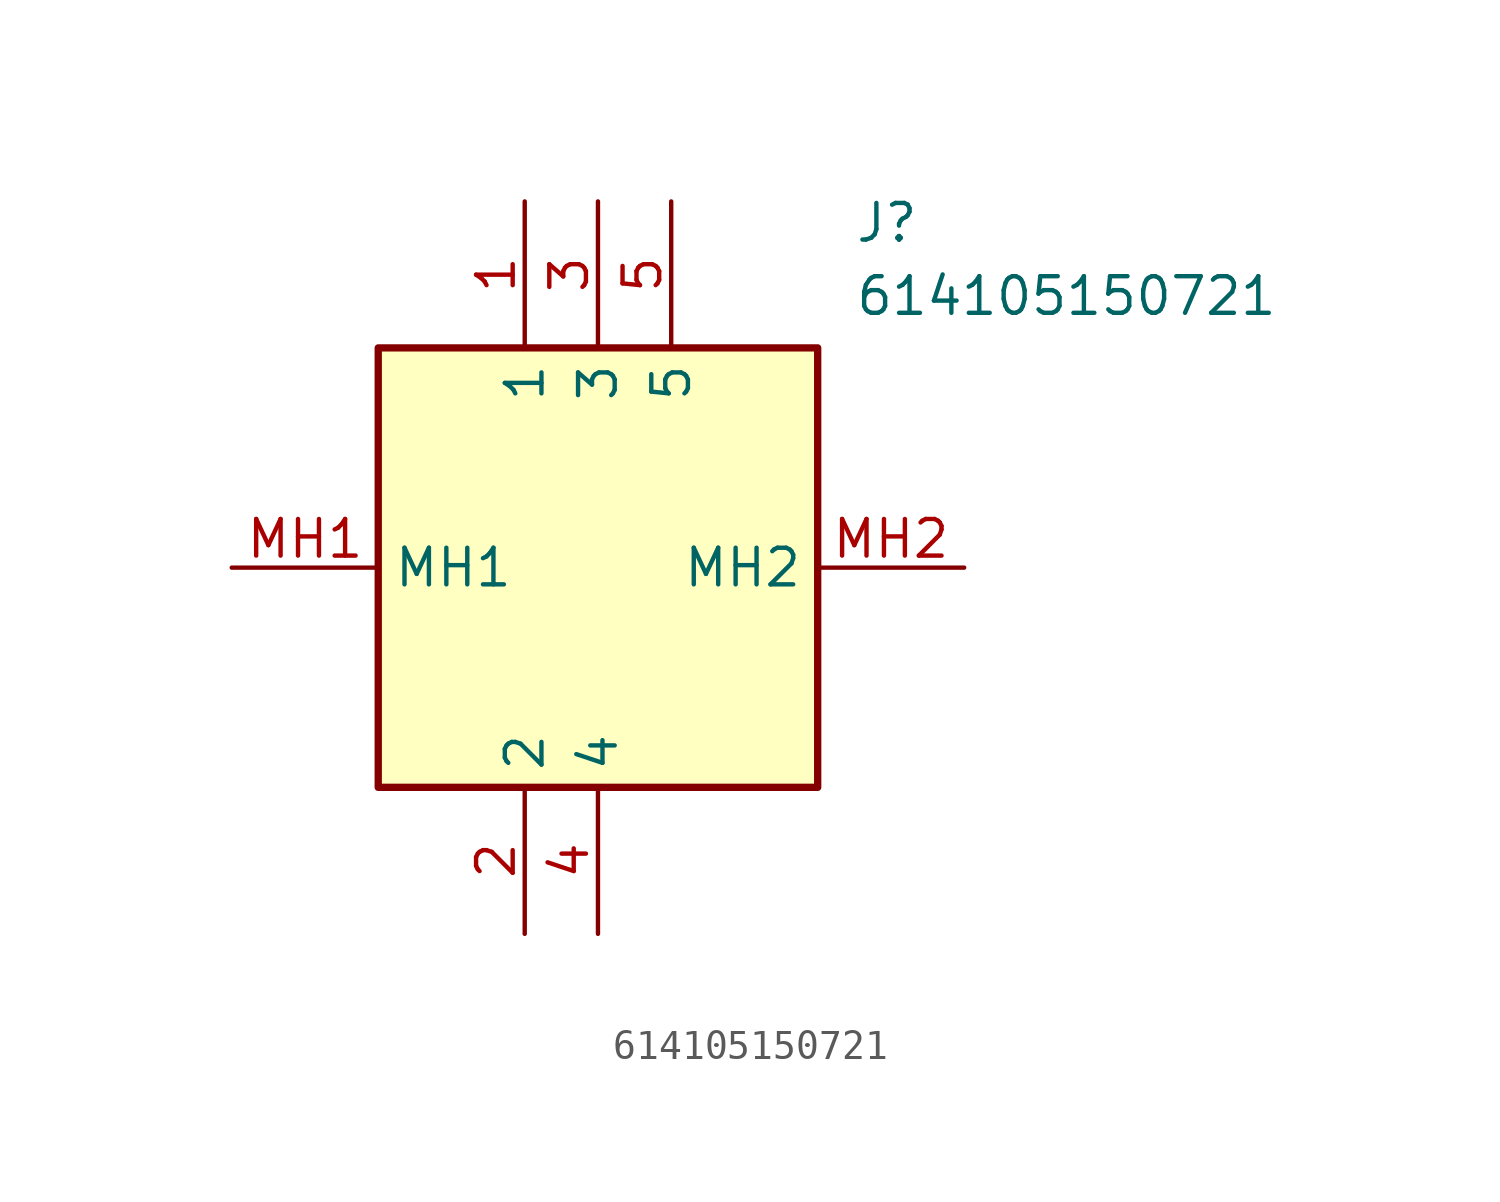
<source format=kicad_sym>
(kicad_symbol_lib
  (version 20211014)
  (generator SamacSys_ECAD_Model)
  (symbol "614105150721"
    (property "Reference" "J"
      (at 21.59 12.7 0)
      (effects (font (size 1.27 1.27)) (justify left top)))
    (property "Value" "614105150721"
      (at 21.59 10.16 0)
      (effects (font (size 1.27 1.27)) (justify left top)))
    (rectangle
      (start 5.08 7.62)
      (end 20.32 -7.62)
      (stroke (width 0.254) (type default))
      (fill (type background)))
    (pin passive line
      (at 10.16 12.7 270)
      (length 5.08)
      (name "1" (effects (font (size 1.27 1.27))))
      (number "1" (effects (font (size 1.27 1.27)))))
    (pin passive line
      (at 10.16 -12.7 90)
      (length 5.08)
      (name "2" (effects (font (size 1.27 1.27))))
      (number "2" (effects (font (size 1.27 1.27)))))
    (pin passive line
      (at 12.7 12.7 270)
      (length 5.08)
      (name "3" (effects (font (size 1.27 1.27))))
      (number "3" (effects (font (size 1.27 1.27)))))
    (pin passive line
      (at 12.7 -12.7 90)
      (length 5.08)
      (name "4" (effects (font (size 1.27 1.27))))
      (number "4" (effects (font (size 1.27 1.27)))))
    (pin passive line
      (at 15.24 12.7 270)
      (length 5.08)
      (name "5" (effects (font (size 1.27 1.27))))
      (number "5" (effects (font (size 1.27 1.27)))))
    (pin passive line
      (at 0 0 0)
      (length 5.08)
      (name "MH1" (effects (font (size 1.27 1.27))))
      (number "MH1" (effects (font (size 1.27 1.27)))))
    (pin passive line
      (at 25.4 0 180)
      (length 5.08)
      (name "MH2" (effects (font (size 1.27 1.27))))
      (number "MH2" (effects (font (size 1.27 1.27)))))))
</source>
